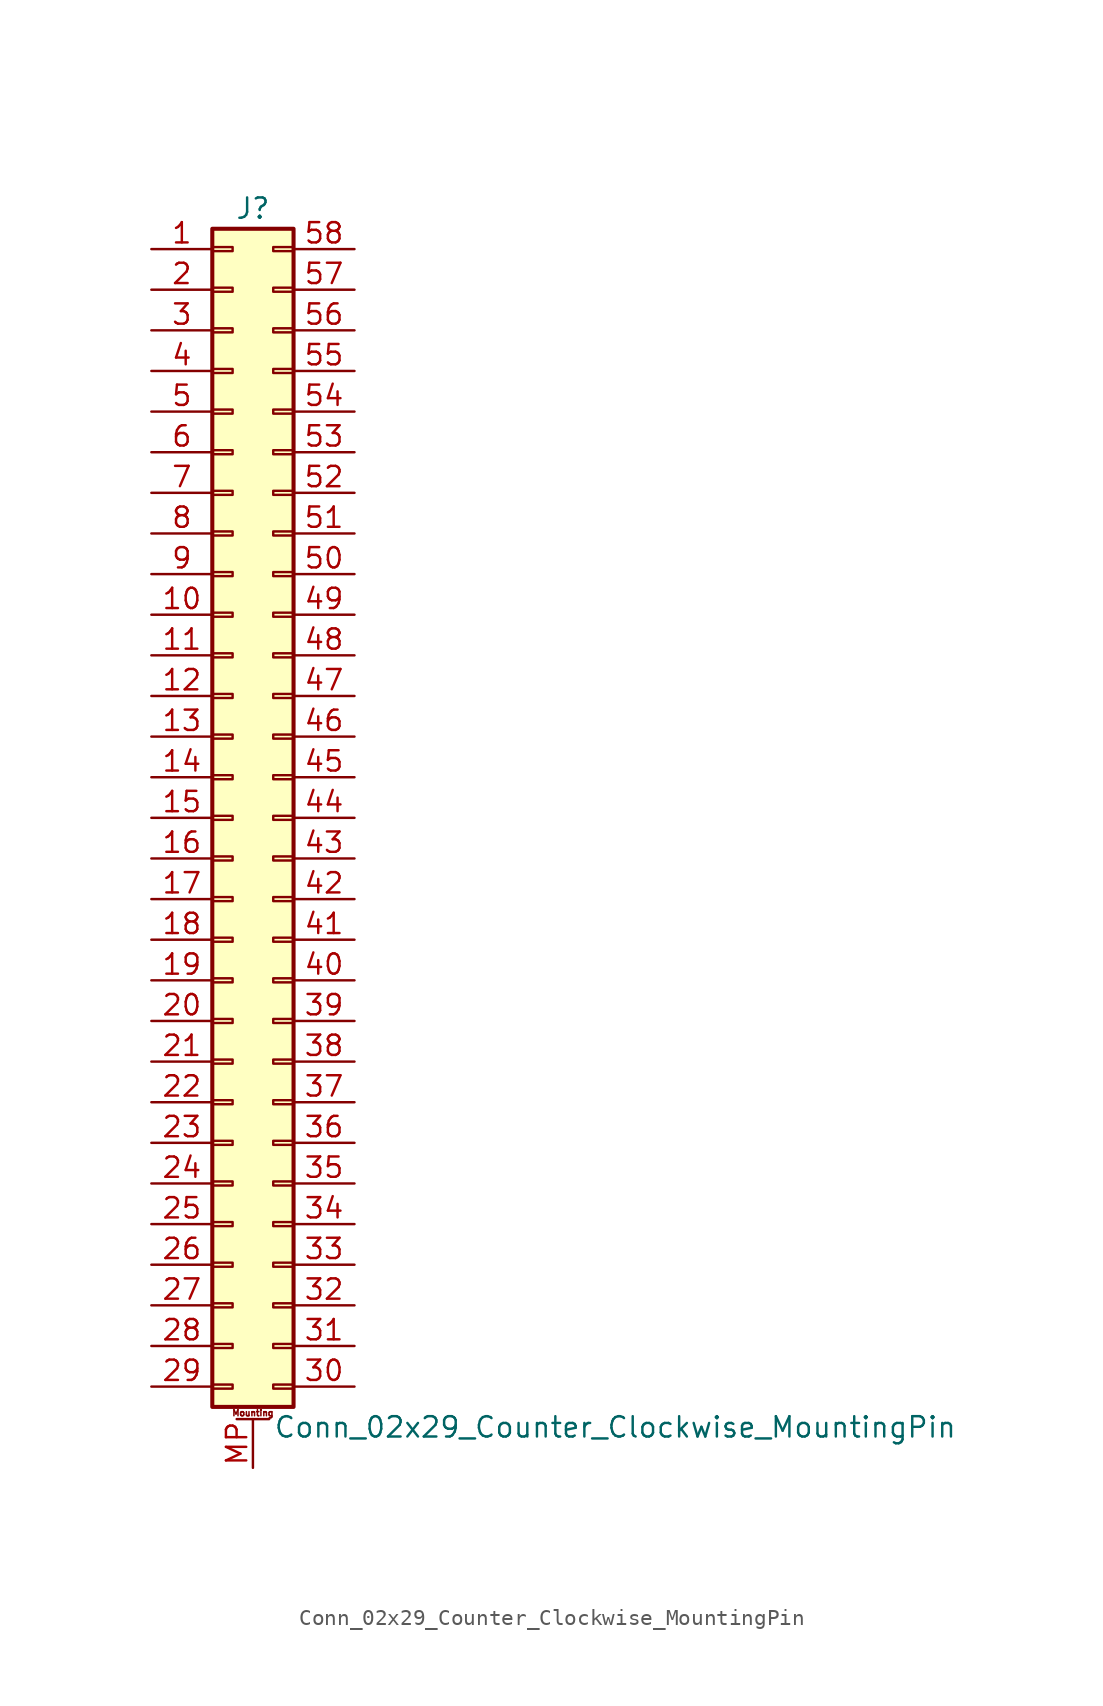
<source format=kicad_sym>
(kicad_symbol_lib
  (version 20211014)
  (generator kicad_symbol_editor)
  (symbol "Conn_02x29_Counter_Clockwise_MountingPin"
    (pin_names
      (offset 1.016) hide)
    (property "Reference" "J"
      (at 1.27 38.1 0)
      (effects (font (size 1.27 1.27))))
    (property "Value" "Conn_02x29_Counter_Clockwise_MountingPin"
      (at 2.54 -38.1 0)
      (effects (font (size 1.27 1.27)) (justify left)))
    (symbol "Conn_02x29_Counter_Clockwise_MountingPin_1_1"
      (rectangle (start -1.27 -35.433) (end 0 -35.687) (stroke (width 0.152) (type default) (color 0 0 0 0)) (fill (type none)))
      (rectangle (start -1.27 -32.893) (end 0 -33.147) (stroke (width 0.152) (type default) (color 0 0 0 0)) (fill (type none)))
      (rectangle (start -1.27 -30.353) (end 0 -30.607) (stroke (width 0.152) (type default) (color 0 0 0 0)) (fill (type none)))
      (rectangle (start -1.27 -27.813) (end 0 -28.067) (stroke (width 0.152) (type default) (color 0 0 0 0)) (fill (type none)))
      (rectangle (start -1.27 -25.273) (end 0 -25.527) (stroke (width 0.152) (type default) (color 0 0 0 0)) (fill (type none)))
      (rectangle (start -1.27 -22.733) (end 0 -22.987) (stroke (width 0.152) (type default) (color 0 0 0 0)) (fill (type none)))
      (rectangle (start -1.27 -20.193) (end 0 -20.447) (stroke (width 0.152) (type default) (color 0 0 0 0)) (fill (type none)))
      (rectangle (start -1.27 -17.653) (end 0 -17.907) (stroke (width 0.152) (type default) (color 0 0 0 0)) (fill (type none)))
      (rectangle (start -1.27 -15.113) (end 0 -15.367) (stroke (width 0.152) (type default) (color 0 0 0 0)) (fill (type none)))
      (rectangle (start -1.27 -12.573) (end 0 -12.827) (stroke (width 0.152) (type default) (color 0 0 0 0)) (fill (type none)))
      (rectangle (start -1.27 -10.033) (end 0 -10.287) (stroke (width 0.152) (type default) (color 0 0 0 0)) (fill (type none)))
      (rectangle (start -1.27 -7.493) (end 0 -7.747) (stroke (width 0.152) (type default) (color 0 0 0 0)) (fill (type none)))
      (rectangle (start -1.27 -4.953) (end 0 -5.207) (stroke (width 0.152) (type default) (color 0 0 0 0)) (fill (type none)))
      (rectangle (start -1.27 -2.413) (end 0 -2.667) (stroke (width 0.152) (type default) (color 0 0 0 0)) (fill (type none)))
      (rectangle (start -1.27 0.127) (end 0 -0.127) (stroke (width 0.152) (type default) (color 0 0 0 0)) (fill (type none)))
      (rectangle (start -1.27 2.667) (end 0 2.413) (stroke (width 0.152) (type default) (color 0 0 0 0)) (fill (type none)))
      (rectangle (start -1.27 5.207) (end 0 4.953) (stroke (width 0.152) (type default) (color 0 0 0 0)) (fill (type none)))
      (rectangle (start -1.27 7.747) (end 0 7.493) (stroke (width 0.152) (type default) (color 0 0 0 0)) (fill (type none)))
      (rectangle (start -1.27 10.287) (end 0 10.033) (stroke (width 0.152) (type default) (color 0 0 0 0)) (fill (type none)))
      (rectangle (start -1.27 12.827) (end 0 12.573) (stroke (width 0.152) (type default) (color 0 0 0 0)) (fill (type none)))
      (rectangle (start -1.27 15.367) (end 0 15.113) (stroke (width 0.152) (type default) (color 0 0 0 0)) (fill (type none)))
      (rectangle (start -1.27 17.907) (end 0 17.653) (stroke (width 0.152) (type default) (color 0 0 0 0)) (fill (type none)))
      (rectangle (start -1.27 20.447) (end 0 20.193) (stroke (width 0.152) (type default) (color 0 0 0 0)) (fill (type none)))
      (rectangle (start -1.27 22.987) (end 0 22.733) (stroke (width 0.152) (type default) (color 0 0 0 0)) (fill (type none)))
      (rectangle (start -1.27 25.527) (end 0 25.273) (stroke (width 0.152) (type default) (color 0 0 0 0)) (fill (type none)))
      (rectangle (start -1.27 28.067) (end 0 27.813) (stroke (width 0.152) (type default) (color 0 0 0 0)) (fill (type none)))
      (rectangle (start -1.27 30.607) (end 0 30.353) (stroke (width 0.152) (type default) (color 0 0 0 0)) (fill (type none)))
      (rectangle (start -1.27 33.147) (end 0 32.893) (stroke (width 0.152) (type default) (color 0 0 0 0)) (fill (type none)))
      (rectangle (start -1.27 35.687) (end 0 35.433) (stroke (width 0.152) (type default) (color 0 0 0 0)) (fill (type none)))
      (rectangle (start -1.27 36.83) (end 3.81 -36.83) (stroke (width 0.254) (type default) (color 0 0 0 0)) (fill (type background)))
      (polyline (pts (xy 0.254 -37.592) (xy 2.286 -37.592)) (stroke (width 0.152) (type default) (color 0 0 0 0)) (fill (type none)))
      (rectangle (start 3.81 -35.433) (end 2.54 -35.687) (stroke (width 0.152) (type default) (color 0 0 0 0)) (fill (type none)))
      (rectangle (start 3.81 -32.893) (end 2.54 -33.147) (stroke (width 0.152) (type default) (color 0 0 0 0)) (fill (type none)))
      (rectangle (start 3.81 -30.353) (end 2.54 -30.607) (stroke (width 0.152) (type default) (color 0 0 0 0)) (fill (type none)))
      (rectangle (start 3.81 -27.813) (end 2.54 -28.067) (stroke (width 0.152) (type default) (color 0 0 0 0)) (fill (type none)))
      (rectangle (start 3.81 -25.273) (end 2.54 -25.527) (stroke (width 0.152) (type default) (color 0 0 0 0)) (fill (type none)))
      (rectangle (start 3.81 -22.733) (end 2.54 -22.987) (stroke (width 0.152) (type default) (color 0 0 0 0)) (fill (type none)))
      (rectangle (start 3.81 -20.193) (end 2.54 -20.447) (stroke (width 0.152) (type default) (color 0 0 0 0)) (fill (type none)))
      (rectangle (start 3.81 -17.653) (end 2.54 -17.907) (stroke (width 0.152) (type default) (color 0 0 0 0)) (fill (type none)))
      (rectangle (start 3.81 -15.113) (end 2.54 -15.367) (stroke (width 0.152) (type default) (color 0 0 0 0)) (fill (type none)))
      (rectangle (start 3.81 -12.573) (end 2.54 -12.827) (stroke (width 0.152) (type default) (color 0 0 0 0)) (fill (type none)))
      (rectangle (start 3.81 -10.033) (end 2.54 -10.287) (stroke (width 0.152) (type default) (color 0 0 0 0)) (fill (type none)))
      (rectangle (start 3.81 -7.493) (end 2.54 -7.747) (stroke (width 0.152) (type default) (color 0 0 0 0)) (fill (type none)))
      (rectangle (start 3.81 -4.953) (end 2.54 -5.207) (stroke (width 0.152) (type default) (color 0 0 0 0)) (fill (type none)))
      (rectangle (start 3.81 -2.413) (end 2.54 -2.667) (stroke (width 0.152) (type default) (color 0 0 0 0)) (fill (type none)))
      (rectangle (start 3.81 0.127) (end 2.54 -0.127) (stroke (width 0.152) (type default) (color 0 0 0 0)) (fill (type none)))
      (rectangle (start 3.81 2.667) (end 2.54 2.413) (stroke (width 0.152) (type default) (color 0 0 0 0)) (fill (type none)))
      (rectangle (start 3.81 5.207) (end 2.54 4.953) (stroke (width 0.152) (type default) (color 0 0 0 0)) (fill (type none)))
      (rectangle (start 3.81 7.747) (end 2.54 7.493) (stroke (width 0.152) (type default) (color 0 0 0 0)) (fill (type none)))
      (rectangle (start 3.81 10.287) (end 2.54 10.033) (stroke (width 0.152) (type default) (color 0 0 0 0)) (fill (type none)))
      (rectangle (start 3.81 12.827) (end 2.54 12.573) (stroke (width 0.152) (type default) (color 0 0 0 0)) (fill (type none)))
      (rectangle (start 3.81 15.367) (end 2.54 15.113) (stroke (width 0.152) (type default) (color 0 0 0 0)) (fill (type none)))
      (rectangle (start 3.81 17.907) (end 2.54 17.653) (stroke (width 0.152) (type default) (color 0 0 0 0)) (fill (type none)))
      (rectangle (start 3.81 20.447) (end 2.54 20.193) (stroke (width 0.152) (type default) (color 0 0 0 0)) (fill (type none)))
      (rectangle (start 3.81 22.987) (end 2.54 22.733) (stroke (width 0.152) (type default) (color 0 0 0 0)) (fill (type none)))
      (rectangle (start 3.81 25.527) (end 2.54 25.273) (stroke (width 0.152) (type default) (color 0 0 0 0)) (fill (type none)))
      (rectangle (start 3.81 28.067) (end 2.54 27.813) (stroke (width 0.152) (type default) (color 0 0 0 0)) (fill (type none)))
      (rectangle (start 3.81 30.607) (end 2.54 30.353) (stroke (width 0.152) (type default) (color 0 0 0 0)) (fill (type none)))
      (rectangle (start 3.81 33.147) (end 2.54 32.893) (stroke (width 0.152) (type default) (color 0 0 0 0)) (fill (type none)))
      (rectangle (start 3.81 35.687) (end 2.54 35.433) (stroke (width 0.152) (type default) (color 0 0 0 0)) (fill (type none)))
      (text "Mounting" (at 1.27 -37.211 0) (effects (font (size 0.381 0.381))))
      (pin passive line (at -5.08 35.56 0) (length 3.81) (name "Pin_1" (effects (font (size 1.27 1.27)))) (number "1" (effects (font (size 1.27 1.27)))))
      (pin passive line (at -5.08 12.7 0) (length 3.81) (name "Pin_10" (effects (font (size 1.27 1.27)))) (number "10" (effects (font (size 1.27 1.27)))))
      (pin passive line (at -5.08 10.16 0) (length 3.81) (name "Pin_11" (effects (font (size 1.27 1.27)))) (number "11" (effects (font (size 1.27 1.27)))))
      (pin passive line (at -5.08 7.62 0) (length 3.81) (name "Pin_12" (effects (font (size 1.27 1.27)))) (number "12" (effects (font (size 1.27 1.27)))))
      (pin passive line (at -5.08 5.08 0) (length 3.81) (name "Pin_13" (effects (font (size 1.27 1.27)))) (number "13" (effects (font (size 1.27 1.27)))))
      (pin passive line (at -5.08 2.54 0) (length 3.81) (name "Pin_14" (effects (font (size 1.27 1.27)))) (number "14" (effects (font (size 1.27 1.27)))))
      (pin passive line (at -5.08 0 0) (length 3.81) (name "Pin_15" (effects (font (size 1.27 1.27)))) (number "15" (effects (font (size 1.27 1.27)))))
      (pin passive line (at -5.08 -2.54 0) (length 3.81) (name "Pin_16" (effects (font (size 1.27 1.27)))) (number "16" (effects (font (size 1.27 1.27)))))
      (pin passive line (at -5.08 -5.08 0) (length 3.81) (name "Pin_17" (effects (font (size 1.27 1.27)))) (number "17" (effects (font (size 1.27 1.27)))))
      (pin passive line (at -5.08 -7.62 0) (length 3.81) (name "Pin_18" (effects (font (size 1.27 1.27)))) (number "18" (effects (font (size 1.27 1.27)))))
      (pin passive line (at -5.08 -10.16 0) (length 3.81) (name "Pin_19" (effects (font (size 1.27 1.27)))) (number "19" (effects (font (size 1.27 1.27)))))
      (pin passive line (at -5.08 33.02 0) (length 3.81) (name "Pin_2" (effects (font (size 1.27 1.27)))) (number "2" (effects (font (size 1.27 1.27)))))
      (pin passive line (at -5.08 -12.7 0) (length 3.81) (name "Pin_20" (effects (font (size 1.27 1.27)))) (number "20" (effects (font (size 1.27 1.27)))))
      (pin passive line (at -5.08 -15.24 0) (length 3.81) (name "Pin_21" (effects (font (size 1.27 1.27)))) (number "21" (effects (font (size 1.27 1.27)))))
      (pin passive line (at -5.08 -17.78 0) (length 3.81) (name "Pin_22" (effects (font (size 1.27 1.27)))) (number "22" (effects (font (size 1.27 1.27)))))
      (pin passive line (at -5.08 -20.32 0) (length 3.81) (name "Pin_23" (effects (font (size 1.27 1.27)))) (number "23" (effects (font (size 1.27 1.27)))))
      (pin passive line (at -5.08 -22.86 0) (length 3.81) (name "Pin_24" (effects (font (size 1.27 1.27)))) (number "24" (effects (font (size 1.27 1.27)))))
      (pin passive line (at -5.08 -25.4 0) (length 3.81) (name "Pin_25" (effects (font (size 1.27 1.27)))) (number "25" (effects (font (size 1.27 1.27)))))
      (pin passive line (at -5.08 -27.94 0) (length 3.81) (name "Pin_26" (effects (font (size 1.27 1.27)))) (number "26" (effects (font (size 1.27 1.27)))))
      (pin passive line (at -5.08 -30.48 0) (length 3.81) (name "Pin_27" (effects (font (size 1.27 1.27)))) (number "27" (effects (font (size 1.27 1.27)))))
      (pin passive line (at -5.08 -33.02 0) (length 3.81) (name "Pin_28" (effects (font (size 1.27 1.27)))) (number "28" (effects (font (size 1.27 1.27)))))
      (pin passive line (at -5.08 -35.56 0) (length 3.81) (name "Pin_29" (effects (font (size 1.27 1.27)))) (number "29" (effects (font (size 1.27 1.27)))))
      (pin passive line (at -5.08 30.48 0) (length 3.81) (name "Pin_3" (effects (font (size 1.27 1.27)))) (number "3" (effects (font (size 1.27 1.27)))))
      (pin passive line (at 7.62 -35.56 180) (length 3.81) (name "Pin_30" (effects (font (size 1.27 1.27)))) (number "30" (effects (font (size 1.27 1.27)))))
      (pin passive line (at 7.62 -33.02 180) (length 3.81) (name "Pin_31" (effects (font (size 1.27 1.27)))) (number "31" (effects (font (size 1.27 1.27)))))
      (pin passive line (at 7.62 -30.48 180) (length 3.81) (name "Pin_32" (effects (font (size 1.27 1.27)))) (number "32" (effects (font (size 1.27 1.27)))))
      (pin passive line (at 7.62 -27.94 180) (length 3.81) (name "Pin_33" (effects (font (size 1.27 1.27)))) (number "33" (effects (font (size 1.27 1.27)))))
      (pin passive line (at 7.62 -25.4 180) (length 3.81) (name "Pin_34" (effects (font (size 1.27 1.27)))) (number "34" (effects (font (size 1.27 1.27)))))
      (pin passive line (at 7.62 -22.86 180) (length 3.81) (name "Pin_35" (effects (font (size 1.27 1.27)))) (number "35" (effects (font (size 1.27 1.27)))))
      (pin passive line (at 7.62 -20.32 180) (length 3.81) (name "Pin_36" (effects (font (size 1.27 1.27)))) (number "36" (effects (font (size 1.27 1.27)))))
      (pin passive line (at 7.62 -17.78 180) (length 3.81) (name "Pin_37" (effects (font (size 1.27 1.27)))) (number "37" (effects (font (size 1.27 1.27)))))
      (pin passive line (at 7.62 -15.24 180) (length 3.81) (name "Pin_38" (effects (font (size 1.27 1.27)))) (number "38" (effects (font (size 1.27 1.27)))))
      (pin passive line (at 7.62 -12.7 180) (length 3.81) (name "Pin_39" (effects (font (size 1.27 1.27)))) (number "39" (effects (font (size 1.27 1.27)))))
      (pin passive line (at -5.08 27.94 0) (length 3.81) (name "Pin_4" (effects (font (size 1.27 1.27)))) (number "4" (effects (font (size 1.27 1.27)))))
      (pin passive line (at 7.62 -10.16 180) (length 3.81) (name "Pin_40" (effects (font (size 1.27 1.27)))) (number "40" (effects (font (size 1.27 1.27)))))
      (pin passive line (at 7.62 -7.62 180) (length 3.81) (name "Pin_41" (effects (font (size 1.27 1.27)))) (number "41" (effects (font (size 1.27 1.27)))))
      (pin passive line (at 7.62 -5.08 180) (length 3.81) (name "Pin_42" (effects (font (size 1.27 1.27)))) (number "42" (effects (font (size 1.27 1.27)))))
      (pin passive line (at 7.62 -2.54 180) (length 3.81) (name "Pin_43" (effects (font (size 1.27 1.27)))) (number "43" (effects (font (size 1.27 1.27)))))
      (pin passive line (at 7.62 0 180) (length 3.81) (name "Pin_44" (effects (font (size 1.27 1.27)))) (number "44" (effects (font (size 1.27 1.27)))))
      (pin passive line (at 7.62 2.54 180) (length 3.81) (name "Pin_45" (effects (font (size 1.27 1.27)))) (number "45" (effects (font (size 1.27 1.27)))))
      (pin passive line (at 7.62 5.08 180) (length 3.81) (name "Pin_46" (effects (font (size 1.27 1.27)))) (number "46" (effects (font (size 1.27 1.27)))))
      (pin passive line (at 7.62 7.62 180) (length 3.81) (name "Pin_47" (effects (font (size 1.27 1.27)))) (number "47" (effects (font (size 1.27 1.27)))))
      (pin passive line (at 7.62 10.16 180) (length 3.81) (name "Pin_48" (effects (font (size 1.27 1.27)))) (number "48" (effects (font (size 1.27 1.27)))))
      (pin passive line (at 7.62 12.7 180) (length 3.81) (name "Pin_49" (effects (font (size 1.27 1.27)))) (number "49" (effects (font (size 1.27 1.27)))))
      (pin passive line (at -5.08 25.4 0) (length 3.81) (name "Pin_5" (effects (font (size 1.27 1.27)))) (number "5" (effects (font (size 1.27 1.27)))))
      (pin passive line (at 7.62 15.24 180) (length 3.81) (name "Pin_50" (effects (font (size 1.27 1.27)))) (number "50" (effects (font (size 1.27 1.27)))))
      (pin passive line (at 7.62 17.78 180) (length 3.81) (name "Pin_51" (effects (font (size 1.27 1.27)))) (number "51" (effects (font (size 1.27 1.27)))))
      (pin passive line (at 7.62 20.32 180) (length 3.81) (name "Pin_52" (effects (font (size 1.27 1.27)))) (number "52" (effects (font (size 1.27 1.27)))))
      (pin passive line (at 7.62 22.86 180) (length 3.81) (name "Pin_53" (effects (font (size 1.27 1.27)))) (number "53" (effects (font (size 1.27 1.27)))))
      (pin passive line (at 7.62 25.4 180) (length 3.81) (name "Pin_54" (effects (font (size 1.27 1.27)))) (number "54" (effects (font (size 1.27 1.27)))))
      (pin passive line (at 7.62 27.94 180) (length 3.81) (name "Pin_55" (effects (font (size 1.27 1.27)))) (number "55" (effects (font (size 1.27 1.27)))))
      (pin passive line (at 7.62 30.48 180) (length 3.81) (name "Pin_56" (effects (font (size 1.27 1.27)))) (number "56" (effects (font (size 1.27 1.27)))))
      (pin passive line (at 7.62 33.02 180) (length 3.81) (name "Pin_57" (effects (font (size 1.27 1.27)))) (number "57" (effects (font (size 1.27 1.27)))))
      (pin passive line (at 7.62 35.56 180) (length 3.81) (name "Pin_58" (effects (font (size 1.27 1.27)))) (number "58" (effects (font (size 1.27 1.27)))))
      (pin passive line (at -5.08 22.86 0) (length 3.81) (name "Pin_6" (effects (font (size 1.27 1.27)))) (number "6" (effects (font (size 1.27 1.27)))))
      (pin passive line (at -5.08 20.32 0) (length 3.81) (name "Pin_7" (effects (font (size 1.27 1.27)))) (number "7" (effects (font (size 1.27 1.27)))))
      (pin passive line (at -5.08 17.78 0) (length 3.81) (name "Pin_8" (effects (font (size 1.27 1.27)))) (number "8" (effects (font (size 1.27 1.27)))))
      (pin passive line (at -5.08 15.24 0) (length 3.81) (name "Pin_9" (effects (font (size 1.27 1.27)))) (number "9" (effects (font (size 1.27 1.27)))))
      (pin passive line (at 1.27 -40.64 90) (length 3.048) (name "MountPin" (effects (font (size 1.27 1.27)))) (number "MP" (effects (font (size 1.27 1.27))))))))
</source>
